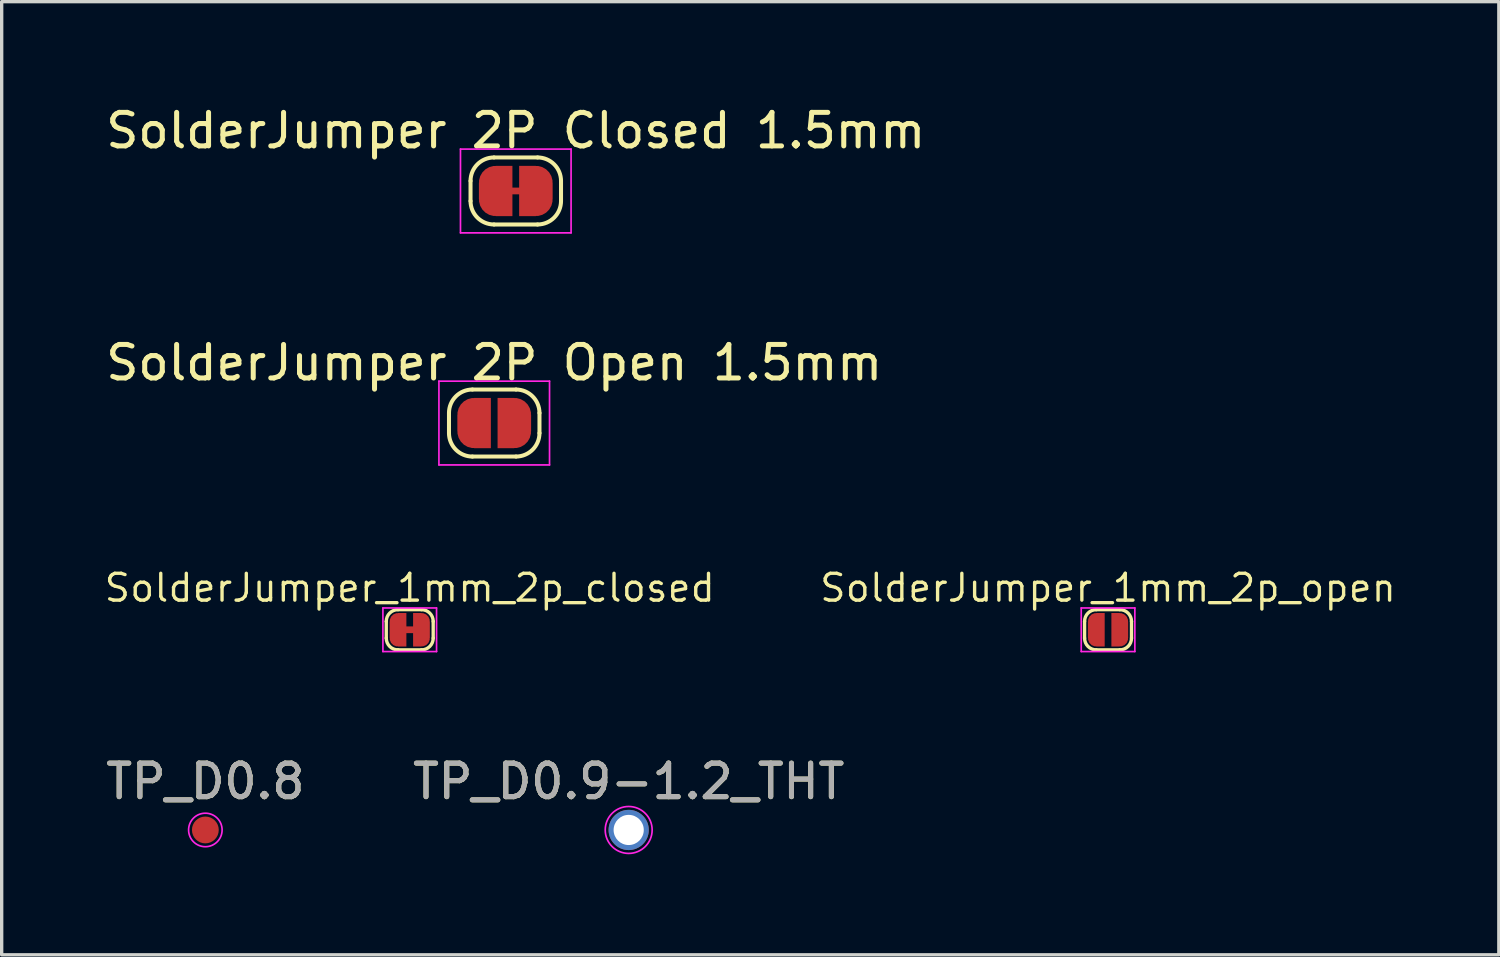
<source format=kicad_pcb>
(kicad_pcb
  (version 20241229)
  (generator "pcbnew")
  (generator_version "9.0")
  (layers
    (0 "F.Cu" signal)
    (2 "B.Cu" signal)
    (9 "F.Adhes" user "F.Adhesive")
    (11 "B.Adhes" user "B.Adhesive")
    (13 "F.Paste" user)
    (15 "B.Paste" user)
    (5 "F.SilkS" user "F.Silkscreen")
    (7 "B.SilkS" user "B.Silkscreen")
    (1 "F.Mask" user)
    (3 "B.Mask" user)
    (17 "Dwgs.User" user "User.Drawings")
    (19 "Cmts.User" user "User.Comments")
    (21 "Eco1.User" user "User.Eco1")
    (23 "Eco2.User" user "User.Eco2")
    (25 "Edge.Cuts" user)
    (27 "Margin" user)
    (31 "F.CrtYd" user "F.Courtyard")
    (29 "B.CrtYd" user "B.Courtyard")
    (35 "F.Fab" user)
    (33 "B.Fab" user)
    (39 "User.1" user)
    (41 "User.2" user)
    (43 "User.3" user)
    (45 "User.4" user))
  (footprint "SolderJumper_1mm_2p_open"
    (layer "F.Cu")
    (at 30.01 15.74)
    (property "Reference" "SolderJumper_1mm_2p_open" (at 0 -1.25 0) (unlocked yes) (layer "F.SilkS") (effects (font (size 0.8 0.8) (thickness 0.1))))
    (attr exclude_from_pos_files exclude_from_bom)
    (fp_line (start -0.7 0.25) (end -0.7 -0.25) (stroke (width 0.1) (type default)) (layer "F.SilkS"))
    (fp_line (start -0.35 -0.6) (end 0.35 -0.6) (stroke (width 0.1) (type default)) (layer "F.SilkS"))
    (fp_line (start -0.35 0.6) (end 0.35 0.6) (stroke (width 0.1) (type default)) (layer "F.SilkS"))
    (fp_line (start 0.7 0.25) (end 0.7 -0.25) (stroke (width 0.1) (type default)) (layer "F.SilkS"))
    (fp_arc (start -0.7 -0.25) (mid -0.597487 -0.497487) (end -0.35 -0.6) (stroke (width 0.1) (type default)) (layer "F.SilkS"))
    (fp_arc (start -0.35 0.599999) (mid -0.597487 0.497487) (end -0.699999 0.25) (stroke (width 0.1) (type default)) (layer "F.SilkS"))
    (fp_arc (start 0.350001 -0.599998) (mid 0.597487 -0.497486) (end 0.699999 -0.25) (stroke (width 0.1) (type default)) (layer "F.SilkS"))
    (fp_arc (start 0.700001 0.25) (mid 0.597488 0.497487) (end 0.350001 0.600001) (stroke (width 0.1) (type default)) (layer "F.SilkS"))
    (fp_line (start -0.8 -0.65) (end -0.8 0.65) (stroke (width 0.05) (type solid)) (layer "F.CrtYd"))
    (fp_line (start -0.8 -0.65) (end 0.8 -0.65) (stroke (width 0.05) (type solid)) (layer "F.CrtYd"))
    (fp_line (start 0.8 0.65) (end -0.8 0.65) (stroke (width 0.05) (type solid)) (layer "F.CrtYd"))
    (fp_line (start 0.8 0.65) (end 0.8 -0.65) (stroke (width 0.05) (type solid)) (layer "F.CrtYd"))
    (pad "1" smd custom (at -0.35 0) (size 0.5 0.5) (layers "F.Cu" "F.Mask") (options (anchor rect)) (primitives (gr_circle (center 0 0.25) (end 0.25 0.25) (width 0) (fill yes)) (gr_circle (center 0 -0.25) (end 0.25 -0.25) (width 0) (fill yes)) (gr_poly (pts (xy 0.25 0.5) (xy 0 0.5) (xy 0 -0.5) (xy 0.25 -0.5)) (width 0) (fill yes))))
    (pad "2" smd custom (at 0.35 0 180) (size 0.5 0.5) (layers "F.Cu" "F.Mask") (options (anchor rect)) (primitives (gr_circle (center 0 0.25) (end 0.25 0.25) (width 0) (fill yes)) (gr_circle (center 0 -0.25) (end 0.25 -0.25) (width 0) (fill yes)) (gr_poly (pts (xy 0.25 0.5) (xy 0 0.5) (xy 0 -0.5) (xy 0.25 -0.5)) (width 0) (fill yes)))))
  (footprint "SolderJumper 2P Open 1.5mm"
    (layer "F.Cu")
    (at 11.696 9.572)
    (property "Reference" "SolderJumper 2P Open 1.5mm" (at 0 -1.8 0) (layer "F.SilkS") (effects (font (size 1 1) (thickness 0.15))))
    (attr exclude_from_pos_files exclude_from_bom)
    (fp_line (start -1.35 0.3) (end -1.35 -0.3) (stroke (width 0.12) (type solid)) (layer "F.SilkS"))
    (fp_line (start -0.65 -1) (end 0.65 -1) (stroke (width 0.12) (type solid)) (layer "F.SilkS"))
    (fp_line (start 0.65 1) (end -0.65 1) (stroke (width 0.12) (type solid)) (layer "F.SilkS"))
    (fp_line (start 1.35 -0.3) (end 1.35 0.3) (stroke (width 0.12) (type solid)) (layer "F.SilkS"))
    (fp_arc (start -1.35 -0.3) (mid -1.144975 -0.794975) (end -0.65 -1) (stroke (width 0.12) (type solid)) (layer "F.SilkS"))
    (fp_arc (start -0.65 1) (mid -1.144975 0.794975) (end -1.35 0.3) (stroke (width 0.12) (type solid)) (layer "F.SilkS"))
    (fp_arc (start 0.65 -1) (mid 1.144975 -0.794975) (end 1.35 -0.3) (stroke (width 0.12) (type solid)) (layer "F.SilkS"))
    (fp_arc (start 1.35 0.3) (mid 1.144975 0.794975) (end 0.65 1) (stroke (width 0.12) (type solid)) (layer "F.SilkS"))
    (fp_line (start -1.65 -1.25) (end -1.65 1.25) (stroke (width 0.05) (type solid)) (layer "F.CrtYd"))
    (fp_line (start -1.65 -1.25) (end 1.65 -1.25) (stroke (width 0.05) (type solid)) (layer "F.CrtYd"))
    (fp_line (start 1.65 1.25) (end -1.65 1.25) (stroke (width 0.05) (type solid)) (layer "F.CrtYd"))
    (fp_line (start 1.65 1.25) (end 1.65 -1.25) (stroke (width 0.05) (type solid)) (layer "F.CrtYd"))
    (pad "1" smd custom (at -0.6 0) (size 1 0.5) (layers "F.Cu" "F.Mask") (options (anchor rect)) (primitives (gr_circle (center 0 0.25) (end 0.5 0.25) (width 0) (fill yes)) (gr_circle (center 0 -0.25) (end 0.5 -0.25) (width 0) (fill yes)) (gr_poly (pts (xy 0.5 0.75) (xy 0 0.75) (xy 0 -0.75) (xy 0.5 -0.75)) (width 0) (fill yes))))
    (pad "2" smd custom (at 0.6 0) (size 1 0.5) (layers "F.Cu" "F.Mask") (options (anchor rect)) (primitives (gr_circle (center 0 0.25) (end 0.5 0.25) (width 0) (fill yes)) (gr_circle (center 0 -0.25) (end 0.5 -0.25) (width 0) (fill yes)) (gr_poly (pts (xy 0 0.75) (xy -0.5 0.75) (xy -0.5 -0.75) (xy 0 -0.75)) (width 0) (fill yes)))))
  (footprint "TP_D0.8"
    (layer "F.Cu")
    (at 3.077 21.713)
    (property "Reference" "TP_D0.8" (at 0 -1.448 0) (layer "F.SilkS") (effects (font (size 1 1) (thickness 0.15))))
    (attr exclude_from_pos_files exclude_from_bom)
    (fp_circle (center 0 0) (end 0.5 0) (stroke (width 0.05) (type solid)) (fill no) (layer "F.CrtYd"))
    (fp_text user "${REFERENCE}" (at 0 -1.45 0) (layer "F.Fab") (effects (font (size 1 1) (thickness 0.15))))
    (pad "1" smd circle (at 0 0) (size 0.8 0.8) (layers "F.Cu" "F.Mask")))
  (footprint "SolderJumper_1mm_2p_closed"
    (layer "F.Cu")
    (at 9.175 15.74)
    (property "Reference" "SolderJumper_1mm_2p_closed" (at 0 -1.25 0) (unlocked yes) (layer "F.SilkS") (effects (font (size 0.8 0.8) (thickness 0.1))))
    (attr exclude_from_pos_files exclude_from_bom)
    (fp_line (start -0.35 0) (end 0.35 0) (stroke (width 0.2) (type default)) (layer "F.Cu"))
    (fp_line (start -0.7 0.25) (end -0.7 -0.25) (stroke (width 0.1) (type default)) (layer "F.SilkS"))
    (fp_line (start -0.35 -0.6) (end 0.35 -0.6) (stroke (width 0.1) (type default)) (layer "F.SilkS"))
    (fp_line (start -0.35 0.6) (end 0.35 0.6) (stroke (width 0.1) (type default)) (layer "F.SilkS"))
    (fp_line (start 0.7 0.25) (end 0.7 -0.25) (stroke (width 0.1) (type default)) (layer "F.SilkS"))
    (fp_arc (start -0.7 -0.25) (mid -0.597487 -0.497487) (end -0.35 -0.6) (stroke (width 0.1) (type default)) (layer "F.SilkS"))
    (fp_arc (start -0.35 0.599999) (mid -0.597487 0.497487) (end -0.699999 0.25) (stroke (width 0.1) (type default)) (layer "F.SilkS"))
    (fp_arc (start 0.350001 -0.599998) (mid 0.597487 -0.497486) (end 0.699999 -0.25) (stroke (width 0.1) (type default)) (layer "F.SilkS"))
    (fp_arc (start 0.700001 0.25) (mid 0.597488 0.497487) (end 0.350001 0.600001) (stroke (width 0.1) (type default)) (layer "F.SilkS"))
    (fp_line (start -0.8 -0.65) (end -0.8 0.65) (stroke (width 0.05) (type solid)) (layer "F.CrtYd"))
    (fp_line (start -0.8 -0.65) (end 0.8 -0.65) (stroke (width 0.05) (type solid)) (layer "F.CrtYd"))
    (fp_line (start 0.8 0.65) (end -0.8 0.65) (stroke (width 0.05) (type solid)) (layer "F.CrtYd"))
    (fp_line (start 0.8 0.65) (end 0.8 -0.65) (stroke (width 0.05) (type solid)) (layer "F.CrtYd"))
    (pad "1" smd custom (at -0.35 0) (size 0.5 0.5) (layers "F.Cu" "F.Mask") (options (anchor rect)) (primitives (gr_circle (center 0 0.25) (end 0.25 0.25) (width 0) (fill yes)) (gr_circle (center 0 -0.25) (end 0.25 -0.25) (width 0) (fill yes)) (gr_poly (pts (xy 0.25 0.5) (xy 0 0.5) (xy 0 -0.5) (xy 0.25 -0.5)) (width 0) (fill yes))))
    (pad "2" smd custom (at 0.35 0 180) (size 0.5 0.5) (layers "F.Cu" "F.Mask") (options (anchor rect)) (primitives (gr_circle (center 0 0.25) (end 0.25 0.25) (width 0) (fill yes)) (gr_circle (center 0 -0.25) (end 0.25 -0.25) (width 0) (fill yes)) (gr_poly (pts (xy 0.25 0.5) (xy 0 0.5) (xy 0 -0.5) (xy 0.25 -0.5)) (width 0) (fill yes)))))
  (footprint "TP_D0.9-1.2_THT"
    (layer "F.Cu")
    (at 15.708 21.713)
    (property "Reference" "TP_D0.9-1.2_THT" (at 0 -1.448 0) (layer "F.SilkS") (effects (font (size 1 1) (thickness 0.15))))
    (attr exclude_from_pos_files exclude_from_bom)
    (fp_circle (center 0 0) (end 0.7 0) (stroke (width 0.05) (type solid)) (fill no) (layer "F.CrtYd"))
    (fp_text user "${REFERENCE}" (at 0 -1.45 0) (layer "F.Fab") (effects (font (size 1 1) (thickness 0.15))))
    (pad "1" thru_hole circle (at 0 0) (size 1.2 1.2) (drill 0.9) (layers "*.Cu" "*.Mask")))
  (footprint "SolderJumper 2P Closed 1.5mm"
    (layer "F.Cu")
    (at 12.339 2.648)
    (property "Reference" "SolderJumper 2P Closed 1.5mm" (at 0 -1.8 0) (layer "F.SilkS") (effects (font (size 1 1) (thickness 0.15))))
    (attr exclude_from_pos_files exclude_from_bom)
    (fp_line (start -0.6 0) (end 0.6 0) (stroke (width 0.2) (type default)) (layer "F.Cu"))
    (fp_line (start -1.35 0.3) (end -1.35 -0.3) (stroke (width 0.12) (type solid)) (layer "F.SilkS"))
    (fp_line (start -0.65 -1) (end 0.65 -1) (stroke (width 0.12) (type solid)) (layer "F.SilkS"))
    (fp_line (start 0.65 1) (end -0.65 1) (stroke (width 0.12) (type solid)) (layer "F.SilkS"))
    (fp_line (start 1.35 -0.3) (end 1.35 0.3) (stroke (width 0.12) (type solid)) (layer "F.SilkS"))
    (fp_arc (start -1.35 -0.3) (mid -1.144975 -0.794975) (end -0.65 -1) (stroke (width 0.12) (type solid)) (layer "F.SilkS"))
    (fp_arc (start -0.65 1) (mid -1.144975 0.794975) (end -1.35 0.3) (stroke (width 0.12) (type solid)) (layer "F.SilkS"))
    (fp_arc (start 0.65 -1) (mid 1.144975 -0.794975) (end 1.35 -0.3) (stroke (width 0.12) (type solid)) (layer "F.SilkS"))
    (fp_arc (start 1.35 0.3) (mid 1.144975 0.794975) (end 0.65 1) (stroke (width 0.12) (type solid)) (layer "F.SilkS"))
    (fp_line (start -1.65 -1.25) (end -1.65 1.25) (stroke (width 0.05) (type solid)) (layer "F.CrtYd"))
    (fp_line (start -1.65 -1.25) (end 1.65 -1.25) (stroke (width 0.05) (type solid)) (layer "F.CrtYd"))
    (fp_line (start 1.65 1.25) (end -1.65 1.25) (stroke (width 0.05) (type solid)) (layer "F.CrtYd"))
    (fp_line (start 1.65 1.25) (end 1.65 -1.25) (stroke (width 0.05) (type solid)) (layer "F.CrtYd"))
    (pad "1" smd custom (at -0.6 0) (size 1 0.5) (layers "F.Cu" "F.Mask") (options (anchor rect)) (primitives (gr_circle (center 0 0.25) (end 0.5 0.25) (width 0) (fill yes)) (gr_circle (center 0 -0.25) (end 0.5 -0.25) (width 0) (fill yes)) (gr_poly (pts (xy 0.5 0.75) (xy 0 0.75) (xy 0 -0.75) (xy 0.5 -0.75)) (width 0) (fill yes))))
    (pad "2" smd custom (at 0.6 0) (size 1 0.5) (layers "F.Cu" "F.Mask") (options (anchor rect)) (primitives (gr_circle (center 0 0.25) (end 0.5 0.25) (width 0) (fill yes)) (gr_circle (center 0 -0.25) (end 0.5 -0.25) (width 0) (fill yes)) (gr_poly (pts (xy 0 0.75) (xy -0.5 0.75) (xy -0.5 -0.75) (xy 0 -0.75)) (width 0) (fill yes)))))
  (gr_rect
    (start -3 -3)
    (end 41.67 25.438)
    (stroke (width 0.1) (type default))
    (fill no)
    (layer "Edge.Cuts")))
</source>
